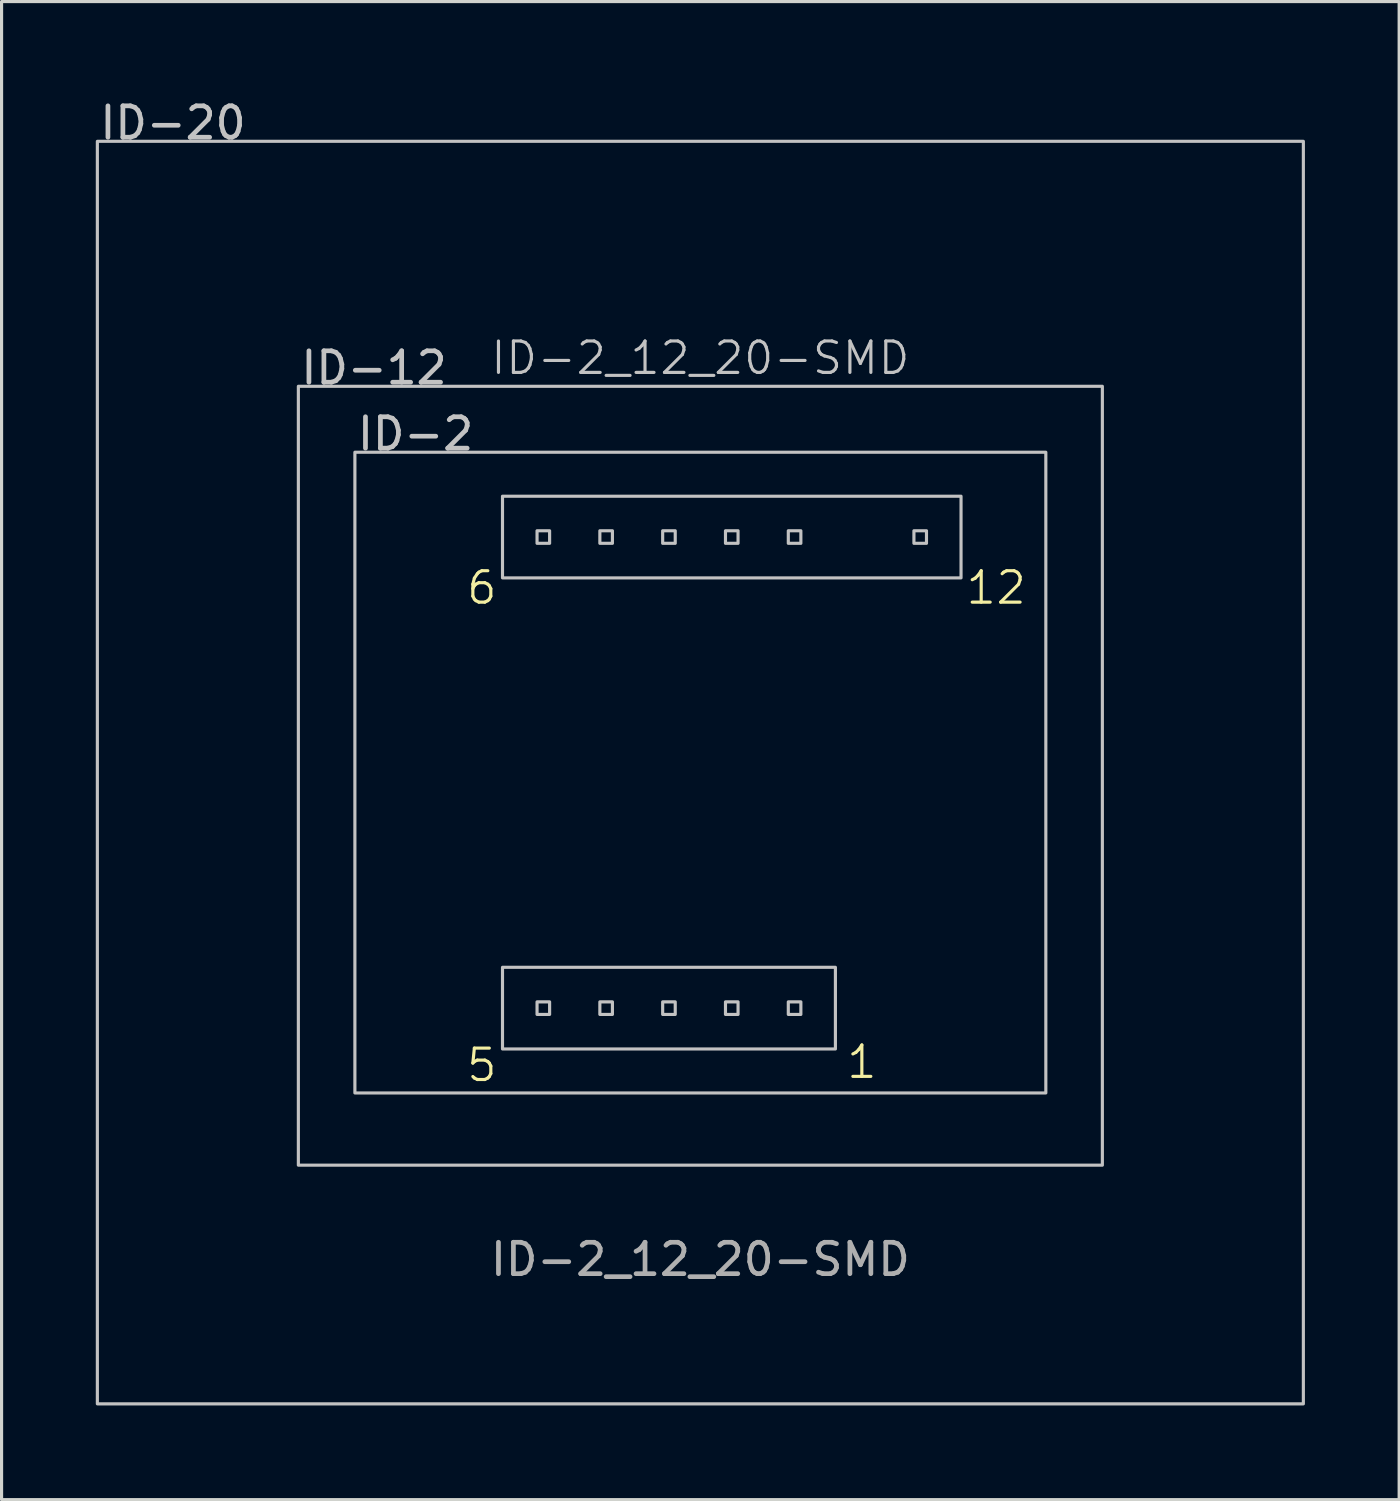
<source format=kicad_pcb>
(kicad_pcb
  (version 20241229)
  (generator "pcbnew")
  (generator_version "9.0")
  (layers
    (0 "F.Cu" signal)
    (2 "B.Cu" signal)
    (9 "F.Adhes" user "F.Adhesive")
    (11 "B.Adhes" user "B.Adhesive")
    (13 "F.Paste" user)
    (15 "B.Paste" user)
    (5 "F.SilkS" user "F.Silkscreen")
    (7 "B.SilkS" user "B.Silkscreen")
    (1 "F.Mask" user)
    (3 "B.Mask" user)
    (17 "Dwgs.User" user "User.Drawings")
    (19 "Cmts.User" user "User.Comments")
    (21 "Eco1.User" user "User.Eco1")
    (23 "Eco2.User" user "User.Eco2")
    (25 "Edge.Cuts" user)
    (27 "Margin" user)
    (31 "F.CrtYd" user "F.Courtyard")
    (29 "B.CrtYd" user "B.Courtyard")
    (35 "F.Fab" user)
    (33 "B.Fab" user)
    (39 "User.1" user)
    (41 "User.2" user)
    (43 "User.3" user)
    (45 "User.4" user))
  (footprint "ID-2_12_20-SMD"
    (layer "F.Cu")
    (at 19.25 21.55)
    (property "Reference" "ID-2_12_20-SMD" (at 0 -13.2 0) (unlocked yes) (layer "Dwgs.User") (effects (font (size 1 1) (thickness 0.1))))
    (attr smd)
    (fp_rect (start -19.2 -20.1) (end 19.2 20.1) (stroke (width 0.1) (type default)) (fill no) (layer "Dwgs.User"))
    (fp_rect (start -12.8 -12.3) (end 12.8 12.5) (stroke (width 0.1) (type default)) (fill no) (layer "Dwgs.User"))
    (fp_rect (start -11 -10.2) (end 11 10.2) (stroke (width 0.1) (type default)) (fill no) (layer "Dwgs.User"))
    (fp_rect (start -6.3 -8.8) (end 8.3 -6.2) (stroke (width 0.1) (type default)) (fill no) (layer "Dwgs.User"))
    (fp_rect (start -6.3 6.2) (end 4.3 8.8) (stroke (width 0.1) (type default)) (fill no) (layer "Dwgs.User"))
    (fp_rect (start -5.2 -7.7) (end -4.8 -7.3) (stroke (width 0.1) (type solid)) (fill no) (layer "Dwgs.User"))
    (fp_rect (start -5.2 7.3) (end -4.8 7.7) (stroke (width 0.1) (type solid)) (fill no) (layer "Dwgs.User"))
    (fp_rect (start -3.2 -7.7) (end -2.8 -7.3) (stroke (width 0.1) (type solid)) (fill no) (layer "Dwgs.User"))
    (fp_rect (start -3.2 7.3) (end -2.8 7.7) (stroke (width 0.1) (type solid)) (fill no) (layer "Dwgs.User"))
    (fp_rect (start -1.2 -7.7) (end -0.8 -7.3) (stroke (width 0.1) (type solid)) (fill no) (layer "Dwgs.User"))
    (fp_rect (start -1.2 7.3) (end -0.8 7.7) (stroke (width 0.1) (type solid)) (fill no) (layer "Dwgs.User"))
    (fp_rect (start 0.8 -7.7) (end 1.2 -7.3) (stroke (width 0.1) (type solid)) (fill no) (layer "Dwgs.User"))
    (fp_rect (start 0.8 7.3) (end 1.2 7.7) (stroke (width 0.1) (type solid)) (fill no) (layer "Dwgs.User"))
    (fp_rect (start 2.8 -7.7) (end 3.2 -7.3) (stroke (width 0.1) (type solid)) (fill no) (layer "Dwgs.User"))
    (fp_rect (start 2.8 7.3) (end 3.2 7.7) (stroke (width 0.1) (type solid)) (fill no) (layer "Dwgs.User"))
    (fp_rect (start 6.8 -7.7) (end 7.2 -7.3) (stroke (width 0.1) (type solid)) (fill no) (layer "Dwgs.User"))
    (fp_text user "5" (at -7.5 9.9 0) (unlocked yes) (layer "F.SilkS") (effects (font (size 1 1) (thickness 0.1)) (justify left bottom)))
    (fp_text user "1" (at 4.6 9.8 0) (unlocked yes) (layer "F.SilkS") (effects (font (size 1 1) (thickness 0.1)) (justify left bottom)))
    (fp_text user "12" (at 8.4 -5.3 0) (unlocked yes) (layer "F.SilkS") (effects (font (size 1 1) (thickness 0.1)) (justify left bottom)))
    (fp_text user "6" (at -7.5 -5.3 0) (unlocked yes) (layer "F.SilkS") (effects (font (size 1 1) (thickness 0.1)) (justify left bottom)))
    (fp_text user "ID-12" (at -12.8 -12.3 0) (unlocked yes) (layer "Dwgs.User") (effects (font (size 1 1) (thickness 0.15)) (justify left bottom)))
    (fp_text user "ID-20" (at -19.2 -20.1 0) (unlocked yes) (layer "Dwgs.User") (effects (font (size 1 1) (thickness 0.15)) (justify left bottom)))
    (fp_text user "ID-2" (at -11 -10.2 0) (unlocked yes) (layer "Dwgs.User") (effects (font (size 1 1) (thickness 0.15)) (justify left bottom)))
    (fp_text user "${REFERENCE}" (at 0 15.5 0) (unlocked yes) (layer "F.Fab") (effects (font (size 1 1) (thickness 0.15)))))
  (gr_rect
    (start -3 -3)
    (end 41.5 44.7)
    (stroke (width 0.1) (type default))
    (fill no)
    (layer "Edge.Cuts")))
</source>
